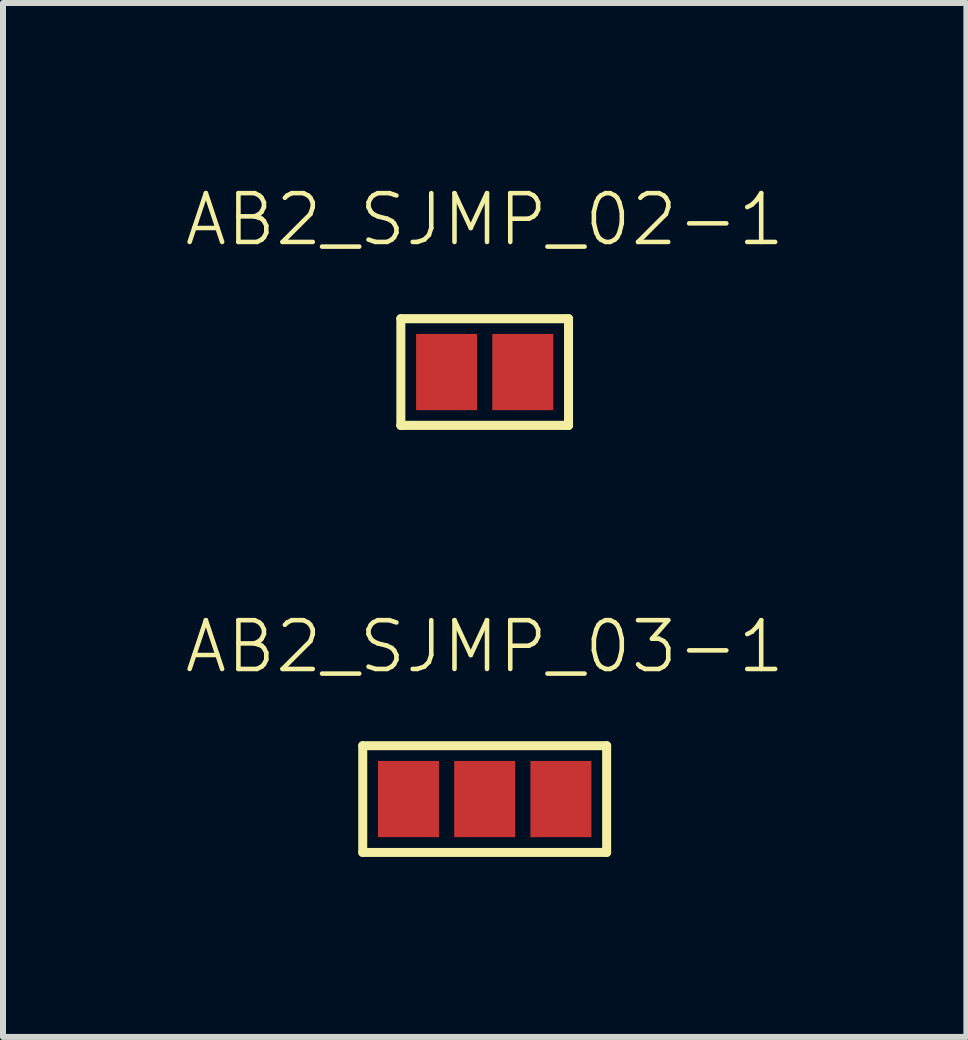
<source format=kicad_pcb>
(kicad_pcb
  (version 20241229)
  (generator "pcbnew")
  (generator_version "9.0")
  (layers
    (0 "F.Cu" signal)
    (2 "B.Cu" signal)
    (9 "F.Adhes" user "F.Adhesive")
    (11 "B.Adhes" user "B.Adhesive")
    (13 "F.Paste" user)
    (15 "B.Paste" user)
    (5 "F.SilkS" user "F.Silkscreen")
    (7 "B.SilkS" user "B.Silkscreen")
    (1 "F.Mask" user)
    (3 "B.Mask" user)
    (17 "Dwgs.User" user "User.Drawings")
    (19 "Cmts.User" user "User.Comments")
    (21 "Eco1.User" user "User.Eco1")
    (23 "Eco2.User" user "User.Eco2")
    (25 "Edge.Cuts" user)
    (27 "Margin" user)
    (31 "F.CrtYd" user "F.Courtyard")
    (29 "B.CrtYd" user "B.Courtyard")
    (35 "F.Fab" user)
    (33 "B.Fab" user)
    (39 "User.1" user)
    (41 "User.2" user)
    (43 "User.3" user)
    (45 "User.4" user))
  (footprint "AB2_SJMP_03-1"
    (layer "F.Cu")
    (at 5.026 10.264)
    (property "Reference" "AB2_SJMP_03-1" (at 0 -2.54 0) (layer "F.SilkS") (effects (font (size 0.813 0.813) (thickness 0.076))))
    (attr through_hole)
    (fp_line (start -2.032 -0.889) (end 2.032 -0.889) (stroke (width 0.15) (type solid)) (layer "F.SilkS"))
    (fp_line (start -2.032 0.889) (end -2.032 -0.889) (stroke (width 0.15) (type solid)) (layer "F.SilkS"))
    (fp_line (start 2.032 -0.889) (end 2.032 0.889) (stroke (width 0.15) (type solid)) (layer "F.SilkS"))
    (fp_line (start 2.032 0.889) (end -2.032 0.889) (stroke (width 0.15) (type solid)) (layer "F.SilkS"))
    (pad "1" smd rect (at -1.27 0 180) (size 1.016 1.27) (layers "F.Cu" "F.Mask" "F.Paste"))
    (pad "2" smd rect (at 0 0 180) (size 1.016 1.27) (layers "F.Cu" "F.Mask" "F.Paste"))
    (pad "3" smd rect (at 1.27 0 180) (size 1.016 1.27) (layers "F.Cu" "F.Mask" "F.Paste")))
  (footprint "AB2_SJMP_02-1"
    (layer "F.Cu")
    (at 5.026 3.149)
    (property "Reference" "AB2_SJMP_02-1" (at 0 -2.54 0) (layer "F.SilkS") (effects (font (size 0.813 0.813) (thickness 0.076))))
    (attr through_hole)
    (fp_line (start -1.397 -0.889) (end 1.397 -0.889) (stroke (width 0.152) (type solid)) (layer "F.SilkS"))
    (fp_line (start -1.397 0.889) (end -1.397 -0.889) (stroke (width 0.15) (type solid)) (layer "F.SilkS"))
    (fp_line (start -1.397 0.889) (end 1.397 0.889) (stroke (width 0.152) (type solid)) (layer "F.SilkS"))
    (fp_line (start 1.397 -0.889) (end 1.397 0.889) (stroke (width 0.15) (type solid)) (layer "F.SilkS"))
    (pad "1" smd rect (at -0.635 0 180) (size 1.016 1.27) (layers "F.Cu" "F.Mask" "F.Paste"))
    (pad "2" smd rect (at 0.635 0 180) (size 1.016 1.27) (layers "F.Cu" "F.Mask" "F.Paste")))
  (gr_rect
    (start -3 -3)
    (end 13.052 14.228)
    (stroke (width 0.1) (type default))
    (fill no)
    (layer "Edge.Cuts")))
</source>
